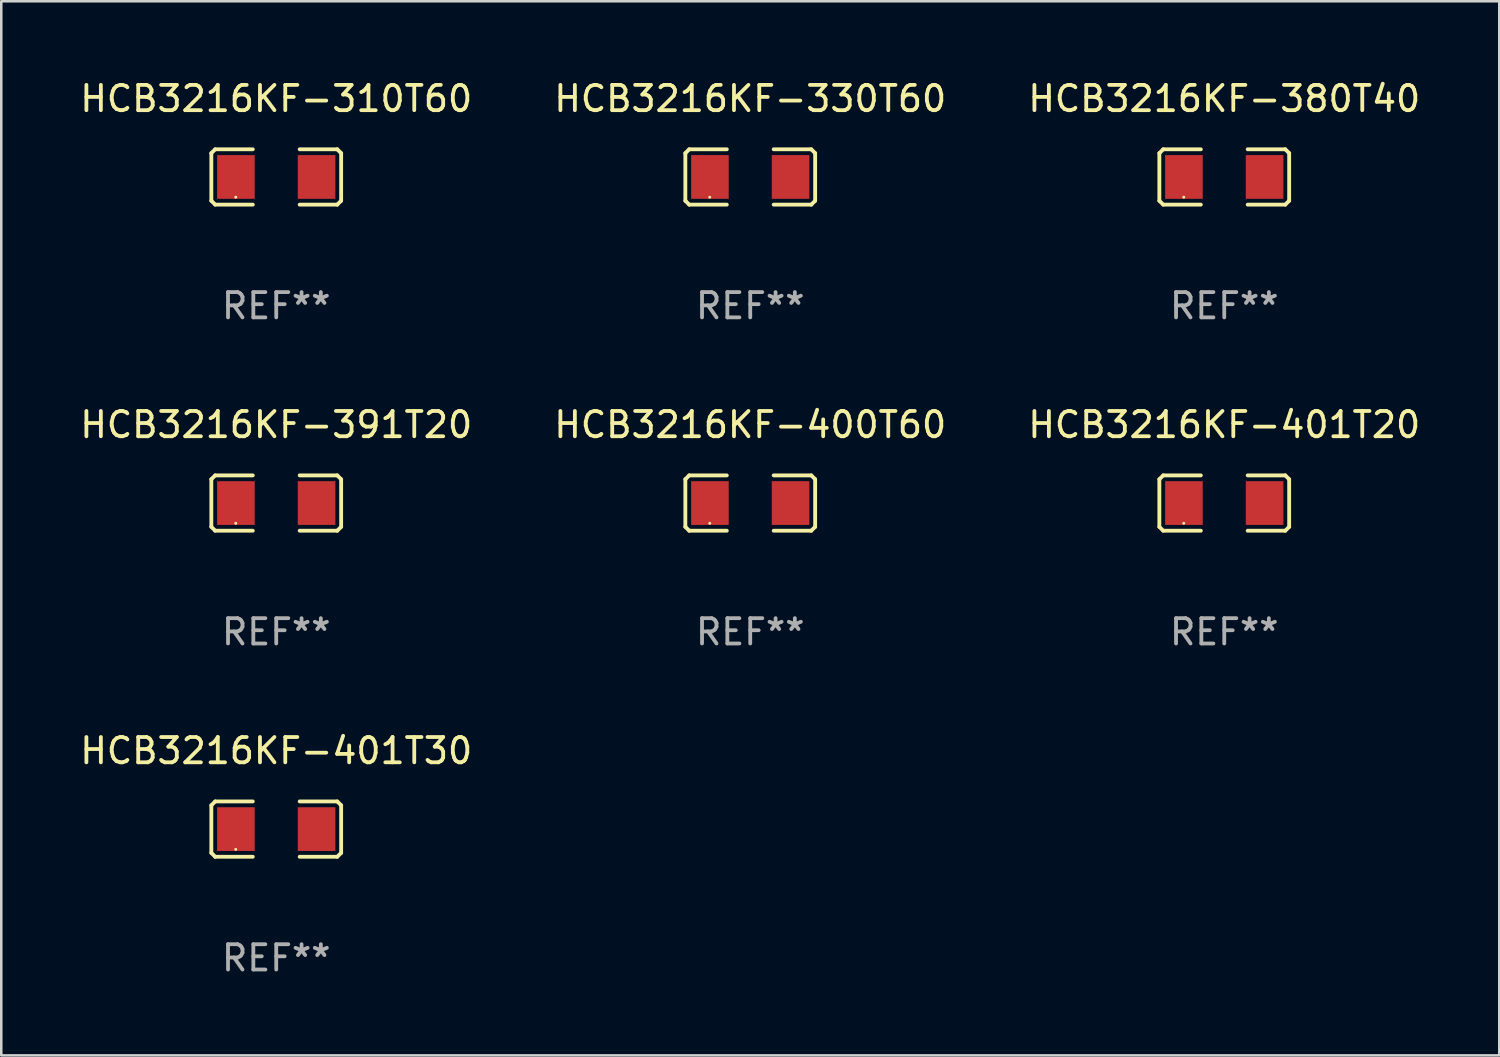
<source format=kicad_pcb>
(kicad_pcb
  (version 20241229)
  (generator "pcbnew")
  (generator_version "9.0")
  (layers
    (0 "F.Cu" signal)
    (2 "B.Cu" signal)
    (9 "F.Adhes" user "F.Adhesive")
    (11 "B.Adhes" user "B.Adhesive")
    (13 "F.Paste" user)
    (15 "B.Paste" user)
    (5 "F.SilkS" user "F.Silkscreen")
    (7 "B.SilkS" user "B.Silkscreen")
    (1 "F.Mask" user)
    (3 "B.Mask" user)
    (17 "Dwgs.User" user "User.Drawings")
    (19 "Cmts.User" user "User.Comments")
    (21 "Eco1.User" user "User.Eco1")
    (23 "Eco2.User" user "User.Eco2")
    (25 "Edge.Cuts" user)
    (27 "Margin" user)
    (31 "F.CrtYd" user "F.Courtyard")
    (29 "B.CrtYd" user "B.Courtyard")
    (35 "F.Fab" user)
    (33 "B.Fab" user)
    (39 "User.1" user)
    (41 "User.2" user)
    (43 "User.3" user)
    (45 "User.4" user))
  (footprint "HCB3216KF-380T40"
    (layer "F.Cu")
    (at 45.315 3.941)
    (property "Reference" "HCB3216KF-380T40" (at 0 -3.093 0) (layer "F.SilkS") (effects (font (size 1 1) (thickness 0.15))))
    (attr through_hole)
    (fp_line (start -2.564 -0.94) (end -2.411 -1.093) (stroke (width 0.152) (type solid)) (layer "F.SilkS"))
    (fp_line (start -2.564 0.94) (end -2.564 -0.94) (stroke (width 0.152) (type solid)) (layer "F.SilkS"))
    (fp_line (start -2.411 -1.093) (end -0.926 -1.093) (stroke (width 0.152) (type solid)) (layer "F.SilkS"))
    (fp_line (start -2.411 1.093) (end -2.564 0.94) (stroke (width 0.152) (type solid)) (layer "F.SilkS"))
    (fp_line (start -0.926 1.093) (end -2.411 1.093) (stroke (width 0.152) (type solid)) (layer "F.SilkS"))
    (fp_line (start 0.926 1.093) (end 2.411 1.093) (stroke (width 0.152) (type solid)) (layer "F.SilkS"))
    (fp_line (start 2.411 -1.093) (end 0.926 -1.093) (stroke (width 0.152) (type solid)) (layer "F.SilkS"))
    (fp_line (start 2.411 1.093) (end 2.564 0.94) (stroke (width 0.152) (type solid)) (layer "F.SilkS"))
    (fp_line (start 2.564 -0.94) (end 2.411 -1.093) (stroke (width 0.152) (type solid)) (layer "F.SilkS"))
    (fp_line (start 2.564 0.94) (end 2.564 -0.94) (stroke (width 0.152) (type solid)) (layer "F.SilkS"))
    (fp_circle (center -1.6 0.8) (end -1.57 0.8) (stroke (width 0.06) (type solid)) (fill no) (layer "F.SilkS"))
    (fp_text user "REF**" (at 0 5.093 0) (layer "F.Fab") (effects (font (size 1 1) (thickness 0.15))))
    (pad "1" smd rect (at -1.593 0) (size 1.485 1.728) (layers "F.Cu" "F.Mask" "F.Paste"))
    (pad "2" smd rect (at 1.593 0) (size 1.485 1.728) (layers "F.Cu" "F.Mask" "F.Paste")))
  (footprint "HCB3216KF-401T20"
    (layer "F.Cu")
    (at 45.315 16.823)
    (property "Reference" "HCB3216KF-401T20" (at 0 -3.093 0) (layer "F.SilkS") (effects (font (size 1 1) (thickness 0.15))))
    (attr through_hole)
    (fp_line (start -2.564 -0.94) (end -2.411 -1.093) (stroke (width 0.152) (type solid)) (layer "F.SilkS"))
    (fp_line (start -2.564 0.94) (end -2.564 -0.94) (stroke (width 0.152) (type solid)) (layer "F.SilkS"))
    (fp_line (start -2.411 -1.093) (end -0.926 -1.093) (stroke (width 0.152) (type solid)) (layer "F.SilkS"))
    (fp_line (start -2.411 1.093) (end -2.564 0.94) (stroke (width 0.152) (type solid)) (layer "F.SilkS"))
    (fp_line (start -0.926 1.093) (end -2.411 1.093) (stroke (width 0.152) (type solid)) (layer "F.SilkS"))
    (fp_line (start 0.926 1.093) (end 2.411 1.093) (stroke (width 0.152) (type solid)) (layer "F.SilkS"))
    (fp_line (start 2.411 -1.093) (end 0.926 -1.093) (stroke (width 0.152) (type solid)) (layer "F.SilkS"))
    (fp_line (start 2.411 1.093) (end 2.564 0.94) (stroke (width 0.152) (type solid)) (layer "F.SilkS"))
    (fp_line (start 2.564 -0.94) (end 2.411 -1.093) (stroke (width 0.152) (type solid)) (layer "F.SilkS"))
    (fp_line (start 2.564 0.94) (end 2.564 -0.94) (stroke (width 0.152) (type solid)) (layer "F.SilkS"))
    (fp_circle (center -1.6 0.8) (end -1.57 0.8) (stroke (width 0.06) (type solid)) (fill no) (layer "F.SilkS"))
    (fp_text user "REF**" (at 0 5.093 0) (layer "F.Fab") (effects (font (size 1 1) (thickness 0.15))))
    (pad "1" smd rect (at -1.593 0) (size 1.485 1.728) (layers "F.Cu" "F.Mask" "F.Paste"))
    (pad "2" smd rect (at 1.593 0) (size 1.485 1.728) (layers "F.Cu" "F.Mask" "F.Paste")))
  (footprint "HCB3216KF-330T60"
    (layer "F.Cu")
    (at 26.589 3.941)
    (property "Reference" "HCB3216KF-330T60" (at 0 -3.093 0) (layer "F.SilkS") (effects (font (size 1 1) (thickness 0.15))))
    (attr through_hole)
    (fp_line (start -2.564 -0.94) (end -2.411 -1.093) (stroke (width 0.152) (type solid)) (layer "F.SilkS"))
    (fp_line (start -2.564 0.94) (end -2.564 -0.94) (stroke (width 0.152) (type solid)) (layer "F.SilkS"))
    (fp_line (start -2.411 -1.093) (end -0.926 -1.093) (stroke (width 0.152) (type solid)) (layer "F.SilkS"))
    (fp_line (start -2.411 1.093) (end -2.564 0.94) (stroke (width 0.152) (type solid)) (layer "F.SilkS"))
    (fp_line (start -0.926 1.093) (end -2.411 1.093) (stroke (width 0.152) (type solid)) (layer "F.SilkS"))
    (fp_line (start 0.926 1.093) (end 2.411 1.093) (stroke (width 0.152) (type solid)) (layer "F.SilkS"))
    (fp_line (start 2.411 -1.093) (end 0.926 -1.093) (stroke (width 0.152) (type solid)) (layer "F.SilkS"))
    (fp_line (start 2.411 1.093) (end 2.564 0.94) (stroke (width 0.152) (type solid)) (layer "F.SilkS"))
    (fp_line (start 2.564 -0.94) (end 2.411 -1.093) (stroke (width 0.152) (type solid)) (layer "F.SilkS"))
    (fp_line (start 2.564 0.94) (end 2.564 -0.94) (stroke (width 0.152) (type solid)) (layer "F.SilkS"))
    (fp_circle (center -1.6 0.8) (end -1.57 0.8) (stroke (width 0.06) (type solid)) (fill no) (layer "F.SilkS"))
    (fp_text user "REF**" (at 0 5.093 0) (layer "F.Fab") (effects (font (size 1 1) (thickness 0.15))))
    (pad "1" smd rect (at -1.593 0) (size 1.485 1.728) (layers "F.Cu" "F.Mask" "F.Paste"))
    (pad "2" smd rect (at 1.593 0) (size 1.485 1.728) (layers "F.Cu" "F.Mask" "F.Paste")))
  (footprint "HCB3216KF-310T60"
    (layer "F.Cu")
    (at 7.863 3.941)
    (property "Reference" "HCB3216KF-310T60" (at 0 -3.093 0) (layer "F.SilkS") (effects (font (size 1 1) (thickness 0.15))))
    (attr through_hole)
    (fp_line (start -2.564 -0.94) (end -2.411 -1.093) (stroke (width 0.152) (type solid)) (layer "F.SilkS"))
    (fp_line (start -2.564 0.94) (end -2.564 -0.94) (stroke (width 0.152) (type solid)) (layer "F.SilkS"))
    (fp_line (start -2.411 -1.093) (end -0.926 -1.093) (stroke (width 0.152) (type solid)) (layer "F.SilkS"))
    (fp_line (start -2.411 1.093) (end -2.564 0.94) (stroke (width 0.152) (type solid)) (layer "F.SilkS"))
    (fp_line (start -0.926 1.093) (end -2.411 1.093) (stroke (width 0.152) (type solid)) (layer "F.SilkS"))
    (fp_line (start 0.926 1.093) (end 2.411 1.093) (stroke (width 0.152) (type solid)) (layer "F.SilkS"))
    (fp_line (start 2.411 -1.093) (end 0.926 -1.093) (stroke (width 0.152) (type solid)) (layer "F.SilkS"))
    (fp_line (start 2.411 1.093) (end 2.564 0.94) (stroke (width 0.152) (type solid)) (layer "F.SilkS"))
    (fp_line (start 2.564 -0.94) (end 2.411 -1.093) (stroke (width 0.152) (type solid)) (layer "F.SilkS"))
    (fp_line (start 2.564 0.94) (end 2.564 -0.94) (stroke (width 0.152) (type solid)) (layer "F.SilkS"))
    (fp_circle (center -1.6 0.8) (end -1.57 0.8) (stroke (width 0.06) (type solid)) (fill no) (layer "F.SilkS"))
    (fp_text user "REF**" (at 0 5.093 0) (layer "F.Fab") (effects (font (size 1 1) (thickness 0.15))))
    (pad "1" smd rect (at -1.593 0) (size 1.485 1.728) (layers "F.Cu" "F.Mask" "F.Paste"))
    (pad "2" smd rect (at 1.593 0) (size 1.485 1.728) (layers "F.Cu" "F.Mask" "F.Paste")))
  (footprint "HCB3216KF-391T20"
    (layer "F.Cu")
    (at 7.863 16.823)
    (property "Reference" "HCB3216KF-391T20" (at 0 -3.093 0) (layer "F.SilkS") (effects (font (size 1 1) (thickness 0.15))))
    (attr through_hole)
    (fp_line (start -2.564 -0.94) (end -2.411 -1.093) (stroke (width 0.152) (type solid)) (layer "F.SilkS"))
    (fp_line (start -2.564 0.94) (end -2.564 -0.94) (stroke (width 0.152) (type solid)) (layer "F.SilkS"))
    (fp_line (start -2.411 -1.093) (end -0.926 -1.093) (stroke (width 0.152) (type solid)) (layer "F.SilkS"))
    (fp_line (start -2.411 1.093) (end -2.564 0.94) (stroke (width 0.152) (type solid)) (layer "F.SilkS"))
    (fp_line (start -0.926 1.093) (end -2.411 1.093) (stroke (width 0.152) (type solid)) (layer "F.SilkS"))
    (fp_line (start 0.926 1.093) (end 2.411 1.093) (stroke (width 0.152) (type solid)) (layer "F.SilkS"))
    (fp_line (start 2.411 -1.093) (end 0.926 -1.093) (stroke (width 0.152) (type solid)) (layer "F.SilkS"))
    (fp_line (start 2.411 1.093) (end 2.564 0.94) (stroke (width 0.152) (type solid)) (layer "F.SilkS"))
    (fp_line (start 2.564 -0.94) (end 2.411 -1.093) (stroke (width 0.152) (type solid)) (layer "F.SilkS"))
    (fp_line (start 2.564 0.94) (end 2.564 -0.94) (stroke (width 0.152) (type solid)) (layer "F.SilkS"))
    (fp_circle (center -1.6 0.8) (end -1.57 0.8) (stroke (width 0.06) (type solid)) (fill no) (layer "F.SilkS"))
    (fp_text user "REF**" (at 0 5.093 0) (layer "F.Fab") (effects (font (size 1 1) (thickness 0.15))))
    (pad "1" smd rect (at -1.593 0) (size 1.485 1.728) (layers "F.Cu" "F.Mask" "F.Paste"))
    (pad "2" smd rect (at 1.593 0) (size 1.485 1.728) (layers "F.Cu" "F.Mask" "F.Paste")))
  (footprint "HCB3216KF-401T30"
    (layer "F.Cu")
    (at 7.863 29.704)
    (property "Reference" "HCB3216KF-401T30" (at 0 -3.093 0) (layer "F.SilkS") (effects (font (size 1 1) (thickness 0.15))))
    (attr through_hole)
    (fp_line (start -2.564 -0.94) (end -2.411 -1.093) (stroke (width 0.152) (type solid)) (layer "F.SilkS"))
    (fp_line (start -2.564 0.94) (end -2.564 -0.94) (stroke (width 0.152) (type solid)) (layer "F.SilkS"))
    (fp_line (start -2.411 -1.093) (end -0.926 -1.093) (stroke (width 0.152) (type solid)) (layer "F.SilkS"))
    (fp_line (start -2.411 1.093) (end -2.564 0.94) (stroke (width 0.152) (type solid)) (layer "F.SilkS"))
    (fp_line (start -0.926 1.093) (end -2.411 1.093) (stroke (width 0.152) (type solid)) (layer "F.SilkS"))
    (fp_line (start 0.926 1.093) (end 2.411 1.093) (stroke (width 0.152) (type solid)) (layer "F.SilkS"))
    (fp_line (start 2.411 -1.093) (end 0.926 -1.093) (stroke (width 0.152) (type solid)) (layer "F.SilkS"))
    (fp_line (start 2.411 1.093) (end 2.564 0.94) (stroke (width 0.152) (type solid)) (layer "F.SilkS"))
    (fp_line (start 2.564 -0.94) (end 2.411 -1.093) (stroke (width 0.152) (type solid)) (layer "F.SilkS"))
    (fp_line (start 2.564 0.94) (end 2.564 -0.94) (stroke (width 0.152) (type solid)) (layer "F.SilkS"))
    (fp_circle (center -1.6 0.8) (end -1.57 0.8) (stroke (width 0.06) (type solid)) (fill no) (layer "F.SilkS"))
    (fp_text user "REF**" (at 0 5.093 0) (layer "F.Fab") (effects (font (size 1 1) (thickness 0.15))))
    (pad "1" smd rect (at -1.593 0) (size 1.485 1.728) (layers "F.Cu" "F.Mask" "F.Paste"))
    (pad "2" smd rect (at 1.593 0) (size 1.485 1.728) (layers "F.Cu" "F.Mask" "F.Paste")))
  (footprint "HCB3216KF-400T60"
    (layer "F.Cu")
    (at 26.589 16.823)
    (property "Reference" "HCB3216KF-400T60" (at 0 -3.093 0) (layer "F.SilkS") (effects (font (size 1 1) (thickness 0.15))))
    (attr through_hole)
    (fp_line (start -2.564 -0.94) (end -2.411 -1.093) (stroke (width 0.152) (type solid)) (layer "F.SilkS"))
    (fp_line (start -2.564 0.94) (end -2.564 -0.94) (stroke (width 0.152) (type solid)) (layer "F.SilkS"))
    (fp_line (start -2.411 -1.093) (end -0.926 -1.093) (stroke (width 0.152) (type solid)) (layer "F.SilkS"))
    (fp_line (start -2.411 1.093) (end -2.564 0.94) (stroke (width 0.152) (type solid)) (layer "F.SilkS"))
    (fp_line (start -0.926 1.093) (end -2.411 1.093) (stroke (width 0.152) (type solid)) (layer "F.SilkS"))
    (fp_line (start 0.926 1.093) (end 2.411 1.093) (stroke (width 0.152) (type solid)) (layer "F.SilkS"))
    (fp_line (start 2.411 -1.093) (end 0.926 -1.093) (stroke (width 0.152) (type solid)) (layer "F.SilkS"))
    (fp_line (start 2.411 1.093) (end 2.564 0.94) (stroke (width 0.152) (type solid)) (layer "F.SilkS"))
    (fp_line (start 2.564 -0.94) (end 2.411 -1.093) (stroke (width 0.152) (type solid)) (layer "F.SilkS"))
    (fp_line (start 2.564 0.94) (end 2.564 -0.94) (stroke (width 0.152) (type solid)) (layer "F.SilkS"))
    (fp_circle (center -1.6 0.8) (end -1.57 0.8) (stroke (width 0.06) (type solid)) (fill no) (layer "F.SilkS"))
    (fp_text user "REF**" (at 0 5.093 0) (layer "F.Fab") (effects (font (size 1 1) (thickness 0.15))))
    (pad "1" smd rect (at -1.593 0) (size 1.485 1.728) (layers "F.Cu" "F.Mask" "F.Paste"))
    (pad "2" smd rect (at 1.593 0) (size 1.485 1.728) (layers "F.Cu" "F.Mask" "F.Paste")))
  (gr_rect
    (start -3 -3)
    (end 56.179 38.645)
    (stroke (width 0.1) (type default))
    (fill no)
    (layer "Edge.Cuts")))
</source>
